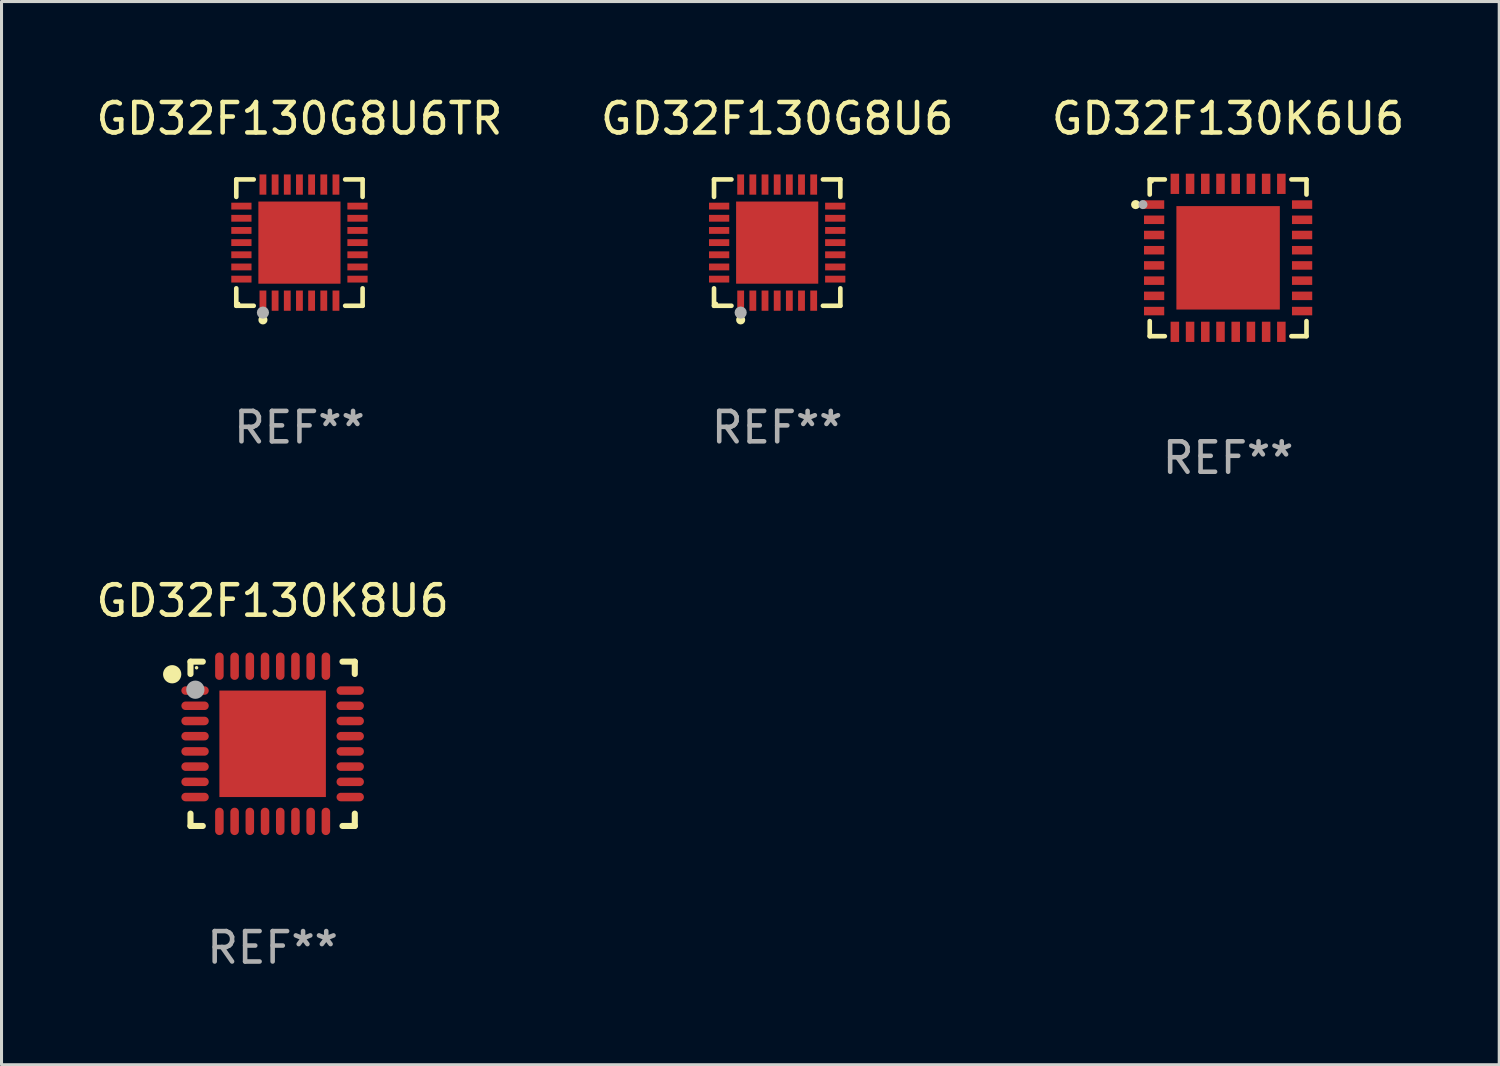
<source format=kicad_pcb>
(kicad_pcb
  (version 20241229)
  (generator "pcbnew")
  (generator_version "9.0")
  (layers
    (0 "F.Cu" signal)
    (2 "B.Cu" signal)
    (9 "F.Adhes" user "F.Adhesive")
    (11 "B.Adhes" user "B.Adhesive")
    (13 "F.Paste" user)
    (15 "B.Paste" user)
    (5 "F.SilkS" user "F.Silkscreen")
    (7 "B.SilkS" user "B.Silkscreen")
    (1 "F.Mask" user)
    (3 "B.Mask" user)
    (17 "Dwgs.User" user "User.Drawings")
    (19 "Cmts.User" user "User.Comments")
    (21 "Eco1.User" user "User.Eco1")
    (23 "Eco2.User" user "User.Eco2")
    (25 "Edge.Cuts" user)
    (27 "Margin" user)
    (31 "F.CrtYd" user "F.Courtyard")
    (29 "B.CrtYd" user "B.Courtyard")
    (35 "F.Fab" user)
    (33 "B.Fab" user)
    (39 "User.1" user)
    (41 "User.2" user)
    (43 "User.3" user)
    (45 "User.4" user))
  (footprint "GD32F130K8U6"
    (layer "F.Cu")
    (at 5.911 21.397)
    (property "Reference" "GD32F130K8U6" (at 0 -4.7 0) (layer "F.SilkS") (effects (font (size 1 1) (thickness 0.15))))
    (attr through_hole)
    (fp_line (start -2.7 -2.7) (end -2.295 -2.7) (stroke (width 0.2) (type solid)) (layer "F.SilkS"))
    (fp_line (start -2.7 -2.295) (end -2.7 -2.7) (stroke (width 0.2) (type solid)) (layer "F.SilkS"))
    (fp_line (start -2.7 2.295) (end -2.7 2.7) (stroke (width 0.2) (type solid)) (layer "F.SilkS"))
    (fp_line (start -2.7 2.7) (end -2.295 2.7) (stroke (width 0.2) (type solid)) (layer "F.SilkS"))
    (fp_line (start 2.295 -2.7) (end 2.7 -2.7) (stroke (width 0.2) (type solid)) (layer "F.SilkS"))
    (fp_line (start 2.295 2.7) (end 2.7 2.7) (stroke (width 0.2) (type solid)) (layer "F.SilkS"))
    (fp_line (start 2.7 -2.7) (end 2.7 -2.295) (stroke (width 0.2) (type solid)) (layer "F.SilkS"))
    (fp_line (start 2.7 2.7) (end 2.7 2.295) (stroke (width 0.2) (type solid)) (layer "F.SilkS"))
    (fp_circle (center -3.302 -2.286) (end -3.152 -2.286) (stroke (width 0.3) (type solid)) (fill no) (layer "F.SilkS"))
    (fp_circle (center -2.5 -2.5) (end -2.47 -2.5) (stroke (width 0.06) (type solid)) (fill no) (layer "F.SilkS"))
    (fp_circle (center -2.54 -1.778) (end -2.39 -1.778) (stroke (width 0.3) (type solid)) (fill no) (layer "F.Fab"))
    (fp_text user "REF**" (at 0 6.7 0) (layer "F.Fab") (effects (font (size 1 1) (thickness 0.15))))
    (pad "1" smd oval (at -2.55 -1.75 90) (size 0.28 0.9) (layers "F.Cu" "F.Mask" "F.Paste"))
    (pad "2" smd oval (at -2.55 -1.25 90) (size 0.28 0.9) (layers "F.Cu" "F.Mask" "F.Paste"))
    (pad "3" smd oval (at -2.55 -0.75 90) (size 0.28 0.9) (layers "F.Cu" "F.Mask" "F.Paste"))
    (pad "4" smd oval (at -2.55 -0.25 90) (size 0.28 0.9) (layers "F.Cu" "F.Mask" "F.Paste"))
    (pad "5" smd oval (at -2.55 0.25 90) (size 0.28 0.9) (layers "F.Cu" "F.Mask" "F.Paste"))
    (pad "6" smd oval (at -2.55 0.75 90) (size 0.28 0.9) (layers "F.Cu" "F.Mask" "F.Paste"))
    (pad "7" smd oval (at -2.55 1.25 90) (size 0.28 0.9) (layers "F.Cu" "F.Mask" "F.Paste"))
    (pad "8" smd oval (at -2.55 1.75 90) (size 0.28 0.9) (layers "F.Cu" "F.Mask" "F.Paste"))
    (pad "9" smd oval (at -1.75 2.55) (size 0.28 0.9) (layers "F.Cu" "F.Mask" "F.Paste"))
    (pad "10" smd oval (at -1.25 2.55) (size 0.28 0.9) (layers "F.Cu" "F.Mask" "F.Paste"))
    (pad "11" smd oval (at -0.75 2.55) (size 0.28 0.9) (layers "F.Cu" "F.Mask" "F.Paste"))
    (pad "12" smd oval (at -0.25 2.55) (size 0.28 0.9) (layers "F.Cu" "F.Mask" "F.Paste"))
    (pad "13" smd oval (at 0.25 2.55) (size 0.28 0.9) (layers "F.Cu" "F.Mask" "F.Paste"))
    (pad "14" smd oval (at 0.75 2.55) (size 0.28 0.9) (layers "F.Cu" "F.Mask" "F.Paste"))
    (pad "15" smd oval (at 1.25 2.55) (size 0.28 0.9) (layers "F.Cu" "F.Mask" "F.Paste"))
    (pad "16" smd oval (at 1.75 2.55) (size 0.28 0.9) (layers "F.Cu" "F.Mask" "F.Paste"))
    (pad "17" smd oval (at 2.55 1.75 90) (size 0.28 0.9) (layers "F.Cu" "F.Mask" "F.Paste"))
    (pad "18" smd oval (at 2.55 1.25 90) (size 0.28 0.9) (layers "F.Cu" "F.Mask" "F.Paste"))
    (pad "19" smd oval (at 2.55 0.75 90) (size 0.28 0.9) (layers "F.Cu" "F.Mask" "F.Paste"))
    (pad "20" smd oval (at 2.55 0.25 90) (size 0.28 0.9) (layers "F.Cu" "F.Mask" "F.Paste"))
    (pad "21" smd oval (at 2.55 -0.25 90) (size 0.28 0.9) (layers "F.Cu" "F.Mask" "F.Paste"))
    (pad "22" smd oval (at 2.55 -0.75 90) (size 0.28 0.9) (layers "F.Cu" "F.Mask" "F.Paste"))
    (pad "23" smd oval (at 2.55 -1.25 90) (size 0.28 0.9) (layers "F.Cu" "F.Mask" "F.Paste"))
    (pad "24" smd oval (at 2.55 -1.75 90) (size 0.28 0.9) (layers "F.Cu" "F.Mask" "F.Paste"))
    (pad "25" smd oval (at 1.75 -2.55) (size 0.28 0.9) (layers "F.Cu" "F.Mask" "F.Paste"))
    (pad "26" smd oval (at 1.25 -2.55) (size 0.28 0.9) (layers "F.Cu" "F.Mask" "F.Paste"))
    (pad "27" smd oval (at 0.75 -2.55) (size 0.28 0.9) (layers "F.Cu" "F.Mask" "F.Paste"))
    (pad "28" smd oval (at 0.25 -2.55) (size 0.28 0.9) (layers "F.Cu" "F.Mask" "F.Paste"))
    (pad "29" smd oval (at -0.25 -2.55) (size 0.28 0.9) (layers "F.Cu" "F.Mask" "F.Paste"))
    (pad "30" smd oval (at -0.75 -2.55) (size 0.28 0.9) (layers "F.Cu" "F.Mask" "F.Paste"))
    (pad "31" smd oval (at -1.25 -2.55) (size 0.28 0.9) (layers "F.Cu" "F.Mask" "F.Paste"))
    (pad "32" smd oval (at -1.75 -2.55) (size 0.28 0.9) (layers "F.Cu" "F.Mask" "F.Paste"))
    (pad "33" smd rect (at 0 0) (size 3.5 3.5) (layers "F.Cu" "F.Mask" "F.Paste")))
  (footprint "GD32F130G8U6TR"
    (layer "F.Cu")
    (at 6.792 4.924)
    (property "Reference" "GD32F130G8U6TR" (at 0 -4.076 0) (layer "F.SilkS") (effects (font (size 1 1) (thickness 0.15))))
    (attr through_hole)
    (fp_line (start -2.076 -2.076) (end -1.503 -2.076) (stroke (width 0.152) (type solid)) (layer "F.SilkS"))
    (fp_line (start -2.076 -1.503) (end -2.076 -2.076) (stroke (width 0.152) (type solid)) (layer "F.SilkS"))
    (fp_line (start -2.076 1.503) (end -2.076 2.076) (stroke (width 0.152) (type solid)) (layer "F.SilkS"))
    (fp_line (start -2.076 2.076) (end -1.503 2.076) (stroke (width 0.152) (type solid)) (layer "F.SilkS"))
    (fp_line (start 2.076 -2.076) (end 1.503 -2.076) (stroke (width 0.152) (type solid)) (layer "F.SilkS"))
    (fp_line (start 2.076 -1.503) (end 2.076 -2.076) (stroke (width 0.152) (type solid)) (layer "F.SilkS"))
    (fp_line (start 2.076 1.503) (end 2.076 2.076) (stroke (width 0.152) (type solid)) (layer "F.SilkS"))
    (fp_line (start 2.076 2.076) (end 1.503 2.076) (stroke (width 0.152) (type solid)) (layer "F.SilkS"))
    (fp_circle (center -2 2) (end -1.97 2) (stroke (width 0.06) (type solid)) (fill no) (layer "F.SilkS"))
    (fp_circle (center -1.2 2.54) (end -1.125 2.54) (stroke (width 0.15) (type solid)) (fill no) (layer "F.SilkS"))
    (fp_circle (center -1.2 2.3) (end -1.1 2.3) (stroke (width 0.2) (type solid)) (fill no) (layer "F.Fab"))
    (fp_text user "REF**" (at 0 6.076 0) (layer "F.Fab") (effects (font (size 1 1) (thickness 0.15))))
    (pad "1" smd rect (at -1.2 1.908) (size 0.224 0.665) (layers "F.Cu" "F.Mask" "F.Paste"))
    (pad "2" smd rect (at -0.8 1.908) (size 0.224 0.665) (layers "F.Cu" "F.Mask" "F.Paste"))
    (pad "3" smd rect (at -0.4 1.908) (size 0.224 0.665) (layers "F.Cu" "F.Mask" "F.Paste"))
    (pad "4" smd rect (at 0 1.908) (size 0.224 0.665) (layers "F.Cu" "F.Mask" "F.Paste"))
    (pad "5" smd rect (at 0.4 1.908) (size 0.224 0.665) (layers "F.Cu" "F.Mask" "F.Paste"))
    (pad "6" smd rect (at 0.8 1.908) (size 0.224 0.665) (layers "F.Cu" "F.Mask" "F.Paste"))
    (pad "7" smd rect (at 1.2 1.908) (size 0.224 0.665) (layers "F.Cu" "F.Mask" "F.Paste"))
    (pad "8" smd rect (at 1.908 1.2) (size 0.665 0.224) (layers "F.Cu" "F.Mask" "F.Paste"))
    (pad "9" smd rect (at 1.908 0.8) (size 0.665 0.224) (layers "F.Cu" "F.Mask" "F.Paste"))
    (pad "10" smd rect (at 1.908 0.4) (size 0.665 0.224) (layers "F.Cu" "F.Mask" "F.Paste"))
    (pad "11" smd rect (at 1.908 0) (size 0.665 0.224) (layers "F.Cu" "F.Mask" "F.Paste"))
    (pad "12" smd rect (at 1.908 -0.4) (size 0.665 0.224) (layers "F.Cu" "F.Mask" "F.Paste"))
    (pad "13" smd rect (at 1.908 -0.8) (size 0.665 0.224) (layers "F.Cu" "F.Mask" "F.Paste"))
    (pad "14" smd rect (at 1.908 -1.2) (size 0.665 0.224) (layers "F.Cu" "F.Mask" "F.Paste"))
    (pad "15" smd rect (at 1.2 -1.908) (size 0.224 0.665) (layers "F.Cu" "F.Mask" "F.Paste"))
    (pad "16" smd rect (at 0.8 -1.908) (size 0.224 0.665) (layers "F.Cu" "F.Mask" "F.Paste"))
    (pad "17" smd rect (at 0.4 -1.908) (size 0.224 0.665) (layers "F.Cu" "F.Mask" "F.Paste"))
    (pad "18" smd rect (at 0 -1.908) (size 0.224 0.665) (layers "F.Cu" "F.Mask" "F.Paste"))
    (pad "19" smd rect (at -0.4 -1.908) (size 0.224 0.665) (layers "F.Cu" "F.Mask" "F.Paste"))
    (pad "20" smd rect (at -0.8 -1.908) (size 0.224 0.665) (layers "F.Cu" "F.Mask" "F.Paste"))
    (pad "21" smd rect (at -1.2 -1.908) (size 0.224 0.665) (layers "F.Cu" "F.Mask" "F.Paste"))
    (pad "22" smd rect (at -1.908 -1.2) (size 0.665 0.224) (layers "F.Cu" "F.Mask" "F.Paste"))
    (pad "23" smd rect (at -1.908 -0.8) (size 0.665 0.224) (layers "F.Cu" "F.Mask" "F.Paste"))
    (pad "24" smd rect (at -1.908 -0.4) (size 0.665 0.224) (layers "F.Cu" "F.Mask" "F.Paste"))
    (pad "25" smd rect (at -1.908 0) (size 0.665 0.224) (layers "F.Cu" "F.Mask" "F.Paste"))
    (pad "26" smd rect (at -1.908 0.4) (size 0.665 0.224) (layers "F.Cu" "F.Mask" "F.Paste"))
    (pad "27" smd rect (at -1.908 0.8) (size 0.665 0.224) (layers "F.Cu" "F.Mask" "F.Paste"))
    (pad "28" smd rect (at -1.908 1.2) (size 0.665 0.224) (layers "F.Cu" "F.Mask" "F.Paste"))
    (pad "29" smd rect (at 0 0) (size 2.7 2.7) (layers "F.Cu" "F.Mask" "F.Paste")))
  (footprint "GD32F130K6U6"
    (layer "F.Cu")
    (at 37.315 5.424)
    (property "Reference" "GD32F130K6U6" (at 0 -4.576 0) (layer "F.SilkS") (effects (font (size 1 1) (thickness 0.15))))
    (attr through_hole)
    (fp_line (start -2.576 -2.576) (end -2.576 -2.08) (stroke (width 0.152) (type solid)) (layer "F.SilkS"))
    (fp_line (start -2.576 2.576) (end -2.576 2.08) (stroke (width 0.152) (type solid)) (layer "F.SilkS"))
    (fp_line (start -2.08 -2.576) (end -2.576 -2.576) (stroke (width 0.152) (type solid)) (layer "F.SilkS"))
    (fp_line (start -2.08 2.576) (end -2.576 2.576) (stroke (width 0.152) (type solid)) (layer "F.SilkS"))
    (fp_line (start 2.08 -2.576) (end 2.576 -2.576) (stroke (width 0.152) (type solid)) (layer "F.SilkS"))
    (fp_line (start 2.08 2.576) (end 2.576 2.576) (stroke (width 0.152) (type solid)) (layer "F.SilkS"))
    (fp_line (start 2.576 -2.576) (end 2.576 -2.08) (stroke (width 0.152) (type solid)) (layer "F.SilkS"))
    (fp_line (start 2.576 2.576) (end 2.576 2.08) (stroke (width 0.152) (type solid)) (layer "F.SilkS"))
    (fp_circle (center -3.04 -1.75) (end -2.965 -1.75) (stroke (width 0.15) (type solid)) (fill no) (layer "F.SilkS"))
    (fp_circle (center -2.5 -2.5) (end -2.47 -2.5) (stroke (width 0.06) (type solid)) (fill no) (layer "F.SilkS"))
    (fp_circle (center -2.8 -1.75) (end -2.725 -1.75) (stroke (width 0.15) (type solid)) (fill no) (layer "F.Fab"))
    (fp_text user "REF**" (at 0 6.576 0) (layer "F.Fab") (effects (font (size 1 1) (thickness 0.15))))
    (pad "1" smd rect (at -2.432 -1.75) (size 0.665 0.28) (layers "F.Cu" "F.Mask" "F.Paste"))
    (pad "2" smd rect (at -2.432 -1.25) (size 0.665 0.28) (layers "F.Cu" "F.Mask" "F.Paste"))
    (pad "3" smd rect (at -2.432 -0.75) (size 0.665 0.28) (layers "F.Cu" "F.Mask" "F.Paste"))
    (pad "4" smd rect (at -2.432 -0.25) (size 0.665 0.28) (layers "F.Cu" "F.Mask" "F.Paste"))
    (pad "5" smd rect (at -2.432 0.25) (size 0.665 0.28) (layers "F.Cu" "F.Mask" "F.Paste"))
    (pad "6" smd rect (at -2.432 0.75) (size 0.665 0.28) (layers "F.Cu" "F.Mask" "F.Paste"))
    (pad "7" smd rect (at -2.432 1.25) (size 0.665 0.28) (layers "F.Cu" "F.Mask" "F.Paste"))
    (pad "8" smd rect (at -2.432 1.75) (size 0.665 0.28) (layers "F.Cu" "F.Mask" "F.Paste"))
    (pad "9" smd rect (at -1.75 2.432) (size 0.28 0.665) (layers "F.Cu" "F.Mask" "F.Paste"))
    (pad "10" smd rect (at -1.25 2.432) (size 0.28 0.665) (layers "F.Cu" "F.Mask" "F.Paste"))
    (pad "11" smd rect (at -0.75 2.432) (size 0.28 0.665) (layers "F.Cu" "F.Mask" "F.Paste"))
    (pad "12" smd rect (at -0.25 2.432) (size 0.28 0.665) (layers "F.Cu" "F.Mask" "F.Paste"))
    (pad "13" smd rect (at 0.25 2.432) (size 0.28 0.665) (layers "F.Cu" "F.Mask" "F.Paste"))
    (pad "14" smd rect (at 0.75 2.432) (size 0.28 0.665) (layers "F.Cu" "F.Mask" "F.Paste"))
    (pad "15" smd rect (at 1.25 2.432) (size 0.28 0.665) (layers "F.Cu" "F.Mask" "F.Paste"))
    (pad "16" smd rect (at 1.75 2.432) (size 0.28 0.665) (layers "F.Cu" "F.Mask" "F.Paste"))
    (pad "17" smd rect (at 2.432 1.75) (size 0.665 0.28) (layers "F.Cu" "F.Mask" "F.Paste"))
    (pad "18" smd rect (at 2.432 1.25) (size 0.665 0.28) (layers "F.Cu" "F.Mask" "F.Paste"))
    (pad "19" smd rect (at 2.432 0.75) (size 0.665 0.28) (layers "F.Cu" "F.Mask" "F.Paste"))
    (pad "20" smd rect (at 2.432 0.25) (size 0.665 0.28) (layers "F.Cu" "F.Mask" "F.Paste"))
    (pad "21" smd rect (at 2.432 -0.25) (size 0.665 0.28) (layers "F.Cu" "F.Mask" "F.Paste"))
    (pad "22" smd rect (at 2.432 -0.75) (size 0.665 0.28) (layers "F.Cu" "F.Mask" "F.Paste"))
    (pad "23" smd rect (at 2.432 -1.25) (size 0.665 0.28) (layers "F.Cu" "F.Mask" "F.Paste"))
    (pad "24" smd rect (at 2.432 -1.75) (size 0.665 0.28) (layers "F.Cu" "F.Mask" "F.Paste"))
    (pad "25" smd rect (at 1.75 -2.432) (size 0.28 0.665) (layers "F.Cu" "F.Mask" "F.Paste"))
    (pad "26" smd rect (at 1.25 -2.432) (size 0.28 0.665) (layers "F.Cu" "F.Mask" "F.Paste"))
    (pad "27" smd rect (at 0.75 -2.432) (size 0.28 0.665) (layers "F.Cu" "F.Mask" "F.Paste"))
    (pad "28" smd rect (at 0.25 -2.432) (size 0.28 0.665) (layers "F.Cu" "F.Mask" "F.Paste"))
    (pad "29" smd rect (at -0.25 -2.432) (size 0.28 0.665) (layers "F.Cu" "F.Mask" "F.Paste"))
    (pad "30" smd rect (at -0.75 -2.432) (size 0.28 0.665) (layers "F.Cu" "F.Mask" "F.Paste"))
    (pad "31" smd rect (at -1.25 -2.432) (size 0.28 0.665) (layers "F.Cu" "F.Mask" "F.Paste"))
    (pad "32" smd rect (at -1.75 -2.432) (size 0.28 0.665) (layers "F.Cu" "F.Mask" "F.Paste"))
    (pad "33" smd rect (at 0 0) (size 3.4 3.4) (layers "F.Cu" "F.Mask" "F.Paste")))
  (footprint "GD32F130G8U6"
    (layer "F.Cu")
    (at 22.494 4.924)
    (property "Reference" "GD32F130G8U6" (at 0 -4.076 0) (layer "F.SilkS") (effects (font (size 1 1) (thickness 0.15))))
    (attr through_hole)
    (fp_line (start -2.076 -2.076) (end -1.503 -2.076) (stroke (width 0.152) (type solid)) (layer "F.SilkS"))
    (fp_line (start -2.076 -1.503) (end -2.076 -2.076) (stroke (width 0.152) (type solid)) (layer "F.SilkS"))
    (fp_line (start -2.076 1.503) (end -2.076 2.076) (stroke (width 0.152) (type solid)) (layer "F.SilkS"))
    (fp_line (start -2.076 2.076) (end -1.503 2.076) (stroke (width 0.152) (type solid)) (layer "F.SilkS"))
    (fp_line (start 2.076 -2.076) (end 1.503 -2.076) (stroke (width 0.152) (type solid)) (layer "F.SilkS"))
    (fp_line (start 2.076 -1.503) (end 2.076 -2.076) (stroke (width 0.152) (type solid)) (layer "F.SilkS"))
    (fp_line (start 2.076 1.503) (end 2.076 2.076) (stroke (width 0.152) (type solid)) (layer "F.SilkS"))
    (fp_line (start 2.076 2.076) (end 1.503 2.076) (stroke (width 0.152) (type solid)) (layer "F.SilkS"))
    (fp_circle (center -2 2) (end -1.97 2) (stroke (width 0.06) (type solid)) (fill no) (layer "F.SilkS"))
    (fp_circle (center -1.2 2.54) (end -1.125 2.54) (stroke (width 0.15) (type solid)) (fill no) (layer "F.SilkS"))
    (fp_circle (center -1.2 2.3) (end -1.1 2.3) (stroke (width 0.2) (type solid)) (fill no) (layer "F.Fab"))
    (fp_text user "REF**" (at 0 6.076 0) (layer "F.Fab") (effects (font (size 1 1) (thickness 0.15))))
    (pad "1" smd rect (at -1.2 1.908) (size 0.224 0.665) (layers "F.Cu" "F.Mask" "F.Paste"))
    (pad "2" smd rect (at -0.8 1.908) (size 0.224 0.665) (layers "F.Cu" "F.Mask" "F.Paste"))
    (pad "3" smd rect (at -0.4 1.908) (size 0.224 0.665) (layers "F.Cu" "F.Mask" "F.Paste"))
    (pad "4" smd rect (at 0 1.908) (size 0.224 0.665) (layers "F.Cu" "F.Mask" "F.Paste"))
    (pad "5" smd rect (at 0.4 1.908) (size 0.224 0.665) (layers "F.Cu" "F.Mask" "F.Paste"))
    (pad "6" smd rect (at 0.8 1.908) (size 0.224 0.665) (layers "F.Cu" "F.Mask" "F.Paste"))
    (pad "7" smd rect (at 1.2 1.908) (size 0.224 0.665) (layers "F.Cu" "F.Mask" "F.Paste"))
    (pad "8" smd rect (at 1.908 1.2) (size 0.665 0.224) (layers "F.Cu" "F.Mask" "F.Paste"))
    (pad "9" smd rect (at 1.908 0.8) (size 0.665 0.224) (layers "F.Cu" "F.Mask" "F.Paste"))
    (pad "10" smd rect (at 1.908 0.4) (size 0.665 0.224) (layers "F.Cu" "F.Mask" "F.Paste"))
    (pad "11" smd rect (at 1.908 0) (size 0.665 0.224) (layers "F.Cu" "F.Mask" "F.Paste"))
    (pad "12" smd rect (at 1.908 -0.4) (size 0.665 0.224) (layers "F.Cu" "F.Mask" "F.Paste"))
    (pad "13" smd rect (at 1.908 -0.8) (size 0.665 0.224) (layers "F.Cu" "F.Mask" "F.Paste"))
    (pad "14" smd rect (at 1.908 -1.2) (size 0.665 0.224) (layers "F.Cu" "F.Mask" "F.Paste"))
    (pad "15" smd rect (at 1.2 -1.908) (size 0.224 0.665) (layers "F.Cu" "F.Mask" "F.Paste"))
    (pad "16" smd rect (at 0.8 -1.908) (size 0.224 0.665) (layers "F.Cu" "F.Mask" "F.Paste"))
    (pad "17" smd rect (at 0.4 -1.908) (size 0.224 0.665) (layers "F.Cu" "F.Mask" "F.Paste"))
    (pad "18" smd rect (at 0 -1.908) (size 0.224 0.665) (layers "F.Cu" "F.Mask" "F.Paste"))
    (pad "19" smd rect (at -0.4 -1.908) (size 0.224 0.665) (layers "F.Cu" "F.Mask" "F.Paste"))
    (pad "20" smd rect (at -0.8 -1.908) (size 0.224 0.665) (layers "F.Cu" "F.Mask" "F.Paste"))
    (pad "21" smd rect (at -1.2 -1.908) (size 0.224 0.665) (layers "F.Cu" "F.Mask" "F.Paste"))
    (pad "22" smd rect (at -1.908 -1.2) (size 0.665 0.224) (layers "F.Cu" "F.Mask" "F.Paste"))
    (pad "23" smd rect (at -1.908 -0.8) (size 0.665 0.224) (layers "F.Cu" "F.Mask" "F.Paste"))
    (pad "24" smd rect (at -1.908 -0.4) (size 0.665 0.224) (layers "F.Cu" "F.Mask" "F.Paste"))
    (pad "25" smd rect (at -1.908 0) (size 0.665 0.224) (layers "F.Cu" "F.Mask" "F.Paste"))
    (pad "26" smd rect (at -1.908 0.4) (size 0.665 0.224) (layers "F.Cu" "F.Mask" "F.Paste"))
    (pad "27" smd rect (at -1.908 0.8) (size 0.665 0.224) (layers "F.Cu" "F.Mask" "F.Paste"))
    (pad "28" smd rect (at -1.908 1.2) (size 0.665 0.224) (layers "F.Cu" "F.Mask" "F.Paste"))
    (pad "29" smd rect (at 0 0) (size 2.7 2.7) (layers "F.Cu" "F.Mask" "F.Paste")))
  (gr_rect
    (start -3 -3)
    (end 46.226 31.945)
    (stroke (width 0.1) (type default))
    (fill no)
    (layer "Edge.Cuts")))
</source>
